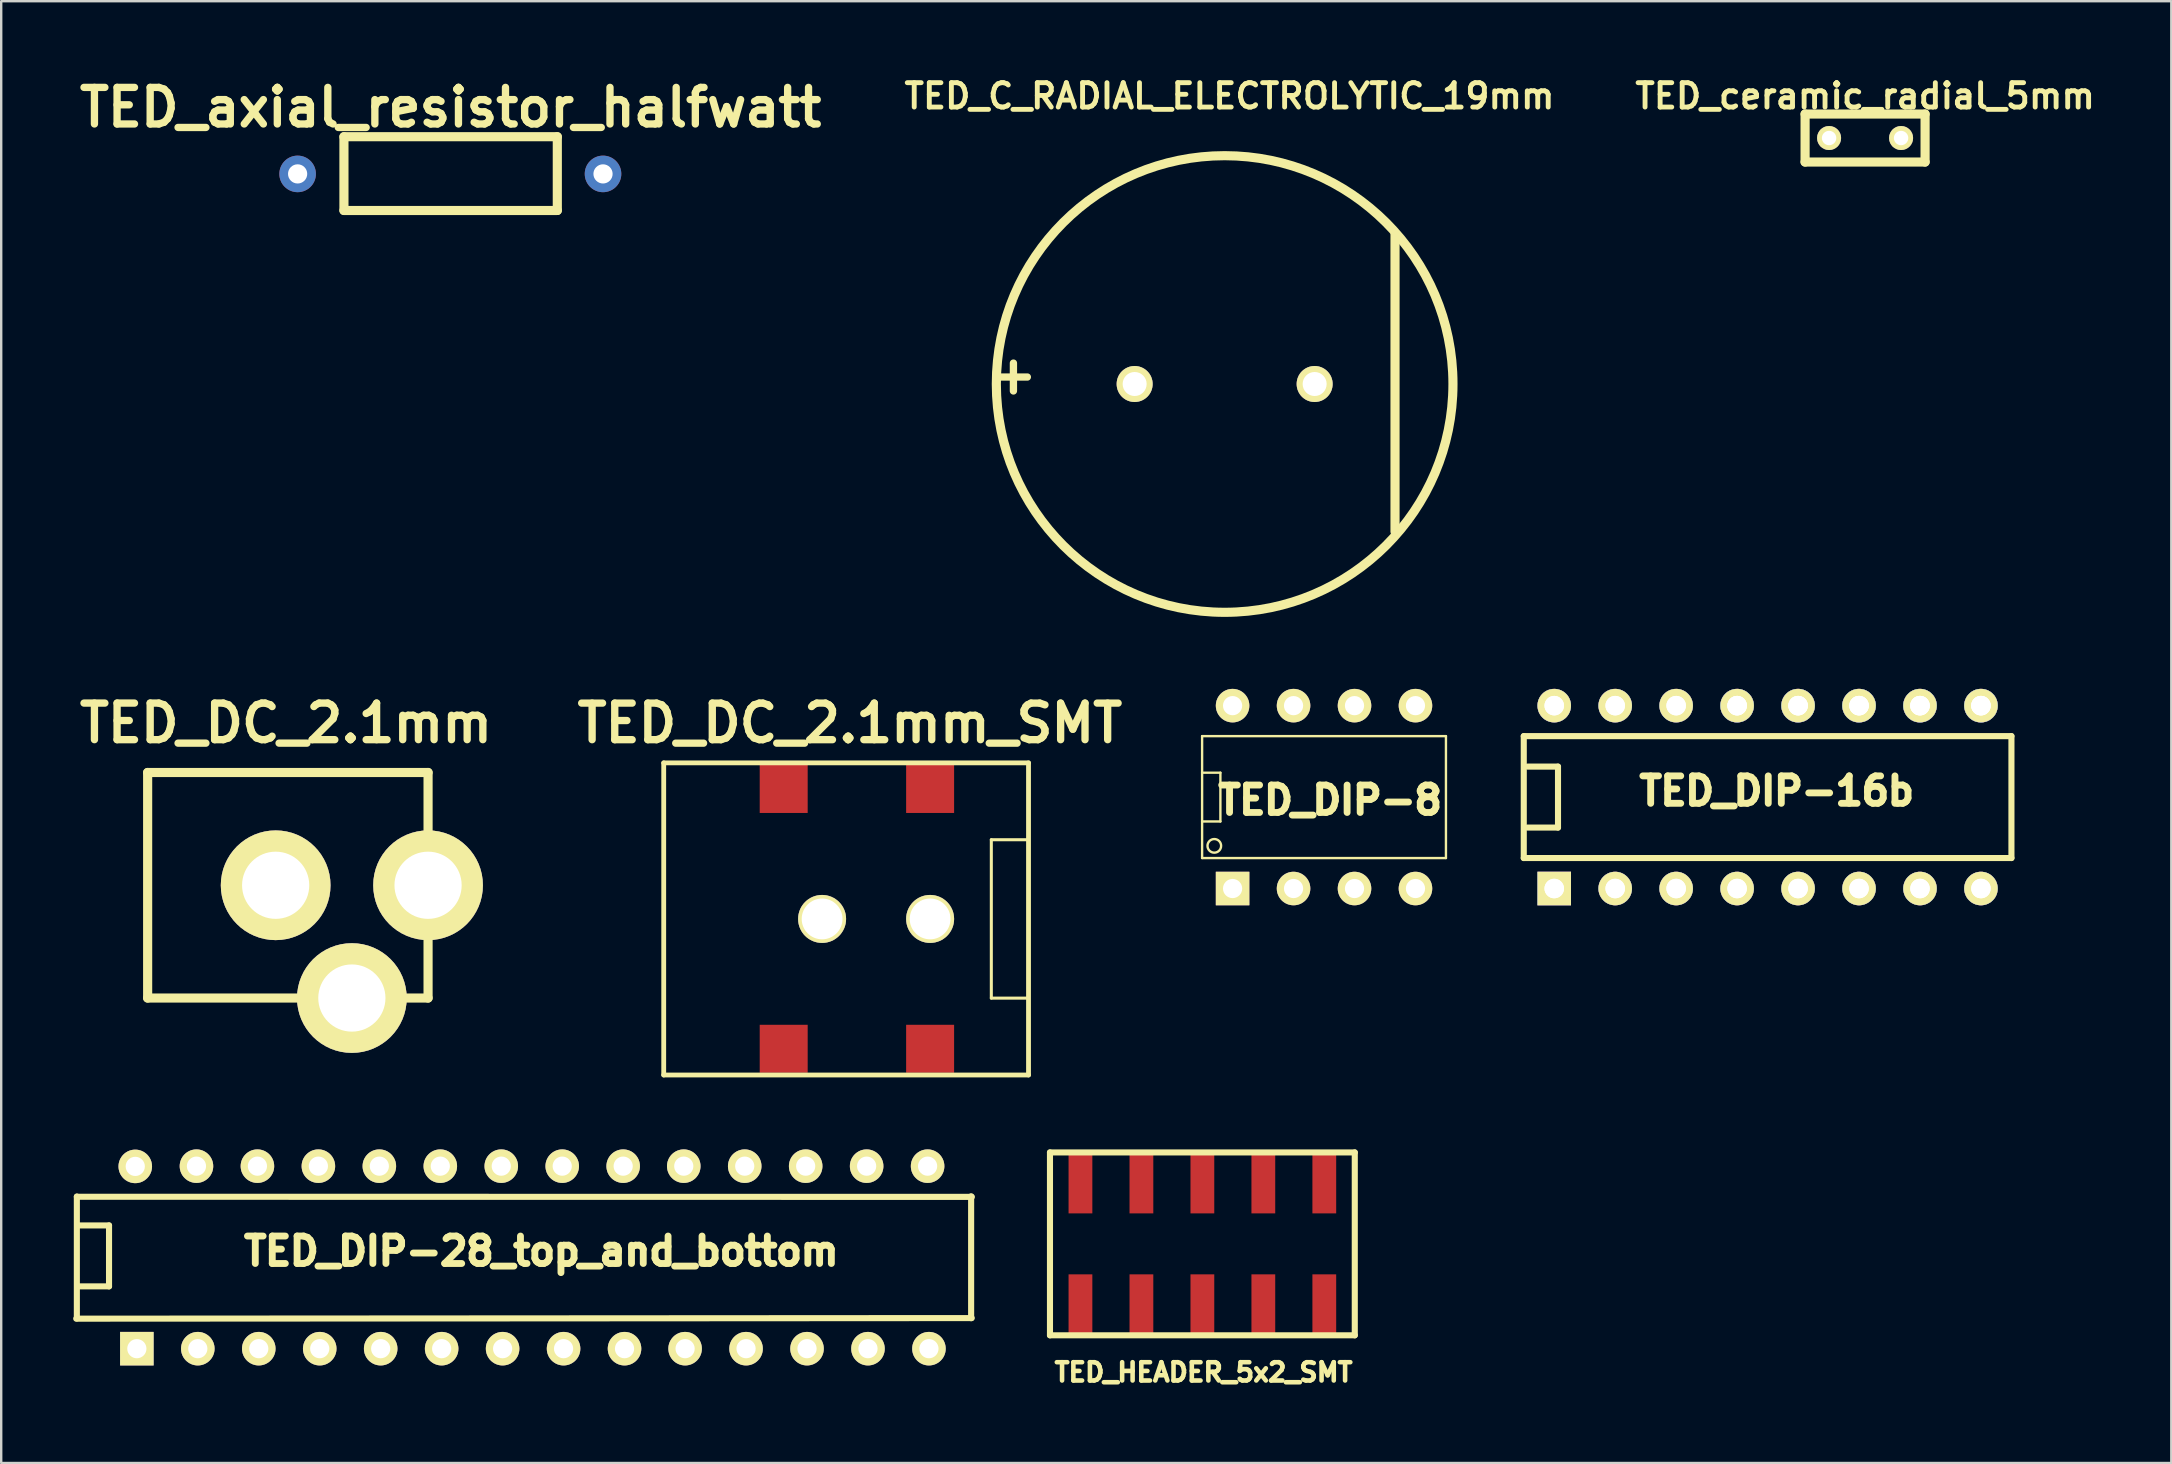
<source format=kicad_pcb>
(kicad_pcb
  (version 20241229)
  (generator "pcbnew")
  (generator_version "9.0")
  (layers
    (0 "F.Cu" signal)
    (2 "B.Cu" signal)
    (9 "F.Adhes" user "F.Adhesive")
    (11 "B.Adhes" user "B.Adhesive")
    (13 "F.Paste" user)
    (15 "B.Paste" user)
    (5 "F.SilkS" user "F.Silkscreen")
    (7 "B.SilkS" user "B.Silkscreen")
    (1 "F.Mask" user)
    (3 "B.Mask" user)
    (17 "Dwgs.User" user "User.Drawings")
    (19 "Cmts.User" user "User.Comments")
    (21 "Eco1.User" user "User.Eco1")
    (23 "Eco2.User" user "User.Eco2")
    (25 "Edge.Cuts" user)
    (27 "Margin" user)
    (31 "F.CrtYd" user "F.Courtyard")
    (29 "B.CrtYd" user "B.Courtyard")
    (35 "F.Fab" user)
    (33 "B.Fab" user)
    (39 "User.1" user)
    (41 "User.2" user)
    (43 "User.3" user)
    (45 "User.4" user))
  (footprint "TED_DIP-8"
    (layer "F.Cu")
    (at 52.118 30.162)
    (property "Reference" "TED_DIP-8" (at 0.254 0.127 0) (layer "F.SilkS") (effects (font (size 1.143 1.143) (thickness 0.287))))
    (attr through_hole)
    (fp_line (start -5.08 -2.54) (end 5.08 -2.54) (stroke (width 0.099) (type solid)) (layer "F.SilkS"))
    (fp_line (start -5.08 -1.016) (end -4.318 -1.016) (stroke (width 0.099) (type solid)) (layer "F.SilkS"))
    (fp_line (start -5.08 2.54) (end -5.08 -2.54) (stroke (width 0.099) (type solid)) (layer "F.SilkS"))
    (fp_line (start -4.318 -1.016) (end -4.318 1.016) (stroke (width 0.099) (type solid)) (layer "F.SilkS"))
    (fp_line (start -4.318 1.016) (end -5.08 1.016) (stroke (width 0.099) (type solid)) (layer "F.SilkS"))
    (fp_line (start 5.08 -2.54) (end 5.08 2.54) (stroke (width 0.099) (type solid)) (layer "F.SilkS"))
    (fp_line (start 5.08 2.54) (end -5.08 2.54) (stroke (width 0.099) (type solid)) (layer "F.SilkS"))
    (fp_circle (center -4.572 2.032) (end -4.318 2.159) (stroke (width 0.099) (type solid)) (fill no) (layer "F.SilkS"))
    (pad "1" thru_hole rect (at -3.81 3.81) (size 1.397 1.397) (drill 0.8) (layers "*.Mask" "B.Cu" "F.SilkS"))
    (pad "2" thru_hole circle (at -1.27 3.81) (size 1.397 1.397) (drill 0.8) (layers "*.Mask" "B.Cu" "F.SilkS"))
    (pad "3" thru_hole circle (at 1.27 3.81) (size 1.397 1.397) (drill 0.8) (layers "*.Mask" "B.Cu" "F.SilkS"))
    (pad "4" thru_hole circle (at 3.81 3.81) (size 1.397 1.397) (drill 0.8) (layers "*.Mask" "B.Cu" "F.SilkS"))
    (pad "5" thru_hole circle (at 3.81 -3.81) (size 1.397 1.397) (drill 0.8) (layers "*.Mask" "B.Cu" "F.SilkS"))
    (pad "6" thru_hole circle (at 1.27 -3.81) (size 1.397 1.397) (drill 0.8) (layers "*.Mask" "B.Cu" "F.SilkS"))
    (pad "7" thru_hole circle (at -1.27 -3.81) (size 1.397 1.397) (drill 0.8) (layers "*.Mask" "B.Cu" "F.SilkS"))
    (pad "8" thru_hole circle (at -3.81 -3.81) (size 1.397 1.397) (drill 0.8) (layers "*.Mask" "B.Cu" "F.SilkS")))
  (footprint "TED_ceramic_radial_5mm"
    (layer "F.Cu")
    (at 74.662 2.701)
    (property "Reference" "TED_ceramic_radial_5mm" (at 0 -1.75 0) (layer "F.SilkS") (effects (font (size 1.016 1.016) (thickness 0.203))))
    (attr through_hole)
    (fp_line (start -2.5 -1) (end 2.5 -1) (stroke (width 0.381) (type solid)) (layer "F.SilkS"))
    (fp_line (start -2.5 1) (end -2.5 -1) (stroke (width 0.381) (type solid)) (layer "F.SilkS"))
    (fp_line (start 2.5 -1) (end 2.5 1) (stroke (width 0.381) (type solid)) (layer "F.SilkS"))
    (fp_line (start 2.5 1) (end -2.5 1) (stroke (width 0.381) (type solid)) (layer "F.SilkS"))
    (pad "1" thru_hole circle (at -1.5 0) (size 1 1) (drill 0.6) (layers "*.Mask" "B.Cu" "F.SilkS"))
    (pad "2" thru_hole circle (at 1.5 0) (size 1 1) (drill 0.6) (layers "*.Mask" "B.Cu" "F.SilkS")))
  (footprint "TED_HEADER_5x2_SMT"
    (layer "F.Cu")
    (at 47.049 48.778)
    (property "Reference" "TED_HEADER_5x2_SMT" (at 0.05 5.35 0) (layer "F.SilkS") (effects (font (size 0.762 0.762) (thickness 0.191))))
    (attr through_hole)
    (fp_line (start -6.35 3.81) (end -6.35 -3.81) (stroke (width 0.254) (type solid)) (layer "F.SilkS"))
    (fp_line (start 6.35 -3.81) (end -6.35 -3.81) (stroke (width 0.254) (type solid)) (layer "F.SilkS"))
    (fp_line (start 6.35 -3.81) (end 6.35 3.81) (stroke (width 0.254) (type solid)) (layer "F.SilkS"))
    (fp_line (start 6.35 3.81) (end -6.35 3.81) (stroke (width 0.254) (type solid)) (layer "F.SilkS"))
    (pad "1" smd rect (at -5.08 2.54) (size 0.991 2.54) (layers "F.Cu" "F.Mask" "F.Paste"))
    (pad "2" smd rect (at -2.54 2.54) (size 0.991 2.54) (layers "F.Cu" "F.Mask" "F.Paste"))
    (pad "3" smd rect (at 0 2.54) (size 0.991 2.54) (layers "F.Cu" "F.Mask" "F.Paste"))
    (pad "4" smd rect (at 2.54 2.54) (size 0.991 2.54) (layers "F.Cu" "F.Mask" "F.Paste"))
    (pad "5" smd rect (at 5.08 2.54) (size 0.991 2.54) (layers "F.Cu" "F.Mask" "F.Paste"))
    (pad "6" smd rect (at 5.08 -2.54) (size 0.991 2.54) (layers "F.Cu" "F.Mask" "F.Paste"))
    (pad "7" smd rect (at 2.54 -2.54) (size 0.991 2.54) (layers "F.Cu" "F.Mask" "F.Paste"))
    (pad "8" smd rect (at 0 -2.54) (size 0.991 2.54) (layers "F.Cu" "F.Mask" "F.Paste"))
    (pad "9" smd rect (at -2.54 -2.54) (size 0.991 2.54) (layers "F.Cu" "F.Mask" "F.Paste"))
    (pad "10" smd rect (at -5.08 -2.54) (size 0.991 2.54) (layers "F.Cu" "F.Mask" "F.Paste")))
  (footprint "TED_DIP-16b"
    (layer "F.Cu")
    (at 70.6 30.162)
    (property "Reference" "TED_DIP-16b" (at 0.381 -0.254 0) (layer "F.SilkS") (effects (font (size 1.143 1.143) (thickness 0.286))))
    (attr through_hole)
    (fp_line (start -10.16 -2.54) (end 10.16 -2.54) (stroke (width 0.254) (type solid)) (layer "F.SilkS"))
    (fp_line (start -10.16 2.54) (end -10.16 -2.54) (stroke (width 0.254) (type solid)) (layer "F.SilkS"))
    (fp_line (start -10.16 2.54) (end 10.16 2.54) (stroke (width 0.254) (type solid)) (layer "F.SilkS"))
    (fp_line (start -10.003 -1.27) (end -8.733 -1.27) (stroke (width 0.254) (type solid)) (layer "F.SilkS"))
    (fp_line (start -8.733 -1.27) (end -8.733 1.27) (stroke (width 0.254) (type solid)) (layer "F.SilkS"))
    (fp_line (start -8.733 1.27) (end -10.003 1.27) (stroke (width 0.254) (type solid)) (layer "F.SilkS"))
    (fp_line (start 10.16 -2.54) (end 10.16 2.54) (stroke (width 0.254) (type solid)) (layer "F.SilkS"))
    (pad "" np_thru_hole circle (at -8.89 -3.81) (size 1.397 1.397) (drill 0.813) (layers "*.Cu"))
    (pad "" np_thru_hole rect (at -8.89 3.81) (size 1.397 1.397) (drill 0.813) (layers "*.Cu"))
    (pad "" np_thru_hole circle (at -6.35 -3.81) (size 1.397 1.397) (drill 0.813) (layers "*.Cu"))
    (pad "" np_thru_hole circle (at -6.35 3.81) (size 1.397 1.397) (drill 0.813) (layers "*.Cu"))
    (pad "" np_thru_hole circle (at -3.81 -3.81) (size 1.397 1.397) (drill 0.813) (layers "*.Cu"))
    (pad "" np_thru_hole circle (at -3.81 3.81) (size 1.397 1.397) (drill 0.813) (layers "*.Cu"))
    (pad "" np_thru_hole circle (at -1.27 -3.81) (size 1.397 1.397) (drill 0.813) (layers "*.Cu"))
    (pad "" np_thru_hole circle (at -1.27 -3.81) (size 1.397 1.397) (drill 0.813) (layers "*.Cu"))
    (pad "" np_thru_hole circle (at -1.27 3.81) (size 1.397 1.397) (drill 0.813) (layers "*.Cu"))
    (pad "" np_thru_hole circle (at 1.27 -3.81) (size 1.397 1.397) (drill 0.813) (layers "*.Cu"))
    (pad "" np_thru_hole circle (at 1.27 -3.81) (size 1.397 1.397) (drill 0.813) (layers "*.Cu"))
    (pad "" np_thru_hole circle (at 1.27 3.81) (size 1.397 1.397) (drill 0.813) (layers "*.Cu"))
    (pad "" np_thru_hole circle (at 3.81 -3.81) (size 1.397 1.397) (drill 0.813) (layers "*.Cu"))
    (pad "" np_thru_hole circle (at 3.81 -3.81) (size 1.397 1.397) (drill 0.813) (layers "*.Cu"))
    (pad "" np_thru_hole circle (at 3.81 3.81) (size 1.397 1.397) (drill 0.813) (layers "*.Cu"))
    (pad "" np_thru_hole circle (at 6.35 -3.81) (size 1.397 1.397) (drill 0.813) (layers "*.Cu"))
    (pad "" np_thru_hole circle (at 6.35 -3.81) (size 1.397 1.397) (drill 0.813) (layers "*.Cu"))
    (pad "" np_thru_hole circle (at 6.35 3.81) (size 1.397 1.397) (drill 0.813) (layers "*.Cu"))
    (pad "" np_thru_hole circle (at 8.89 -3.81) (size 1.397 1.397) (drill 0.813) (layers "*.Cu"))
    (pad "" np_thru_hole circle (at 8.89 -3.81) (size 1.397 1.397) (drill 0.813) (layers "*.Cu"))
    (pad "" np_thru_hole circle (at 8.89 3.81) (size 1.397 1.397) (drill 0.813) (layers "*.Cu"))
    (pad "1" thru_hole rect (at -8.89 3.81) (size 1.397 1.397) (drill 0.813) (layers "*.Mask" "B.Cu" "F.SilkS"))
    (pad "2" thru_hole circle (at -6.35 3.81) (size 1.397 1.397) (drill 0.813) (layers "*.Mask" "B.Cu" "F.SilkS"))
    (pad "3" thru_hole circle (at -3.81 3.81) (size 1.397 1.397) (drill 0.813) (layers "*.Mask" "B.Cu" "F.SilkS"))
    (pad "4" thru_hole circle (at -1.27 3.81) (size 1.397 1.397) (drill 0.813) (layers "*.Mask" "B.Cu" "F.SilkS"))
    (pad "5" thru_hole circle (at 1.27 3.81) (size 1.397 1.397) (drill 0.813) (layers "*.Mask" "B.Cu" "F.SilkS"))
    (pad "6" thru_hole circle (at 3.81 3.81) (size 1.397 1.397) (drill 0.813) (layers "*.Mask" "B.Cu" "F.SilkS"))
    (pad "7" thru_hole circle (at 6.35 3.81) (size 1.397 1.397) (drill 0.813) (layers "*.Mask" "B.Cu" "F.SilkS"))
    (pad "8" thru_hole circle (at 8.89 3.81) (size 1.397 1.397) (drill 0.813) (layers "*.Mask" "B.Cu" "F.SilkS"))
    (pad "9" thru_hole circle (at 8.89 -3.81) (size 1.397 1.397) (drill 0.813) (layers "*.Mask" "B.Cu" "F.SilkS"))
    (pad "10" thru_hole circle (at 6.35 -3.81) (size 1.397 1.397) (drill 0.813) (layers "*.Mask" "B.Cu" "F.SilkS"))
    (pad "11" thru_hole circle (at 3.81 -3.81) (size 1.397 1.397) (drill 0.813) (layers "*.Mask" "B.Cu" "F.SilkS"))
    (pad "12" thru_hole circle (at 1.27 -3.81) (size 1.397 1.397) (drill 0.813) (layers "*.Mask" "B.Cu" "F.SilkS"))
    (pad "13" thru_hole circle (at -1.27 -3.81) (size 1.397 1.397) (drill 0.813) (layers "*.Mask" "B.Cu" "F.SilkS"))
    (pad "14" thru_hole circle (at -3.81 -3.81) (size 1.397 1.397) (drill 0.813) (layers "*.Mask" "B.Cu" "F.SilkS"))
    (pad "15" thru_hole circle (at -6.35 -3.81) (size 1.397 1.397) (drill 0.813) (layers "*.Mask" "B.Cu" "F.SilkS"))
    (pad "16" thru_hole circle (at -8.89 -3.81) (size 1.397 1.397) (drill 0.813) (layers "*.Mask" "B.Cu" "F.SilkS")))
  (footprint "TED_C_RADIAL_ELECTROLYTIC_19mm"
    (layer "F.Cu")
    (at 47.977 12.95)
    (property "Reference" "TED_C_RADIAL_ELECTROLYTIC_19mm" (at 0.201 -11.999 0) (layer "F.SilkS") (effects (font (size 1.016 1.016) (thickness 0.203))))
    (attr through_hole)
    (fp_line (start 7.099 -6.25) (end 7.099 6.151) (stroke (width 0.381) (type solid)) (layer "F.SilkS"))
    (fp_circle (center 0 0) (end -9.5 -0.5) (stroke (width 0.381) (type solid)) (fill no) (layer "F.SilkS"))
    (fp_text user "+" (at -8.801 -0.399 0) (layer "F.SilkS") (effects (font (size 1.524 1.524) (thickness 0.305))))
    (pad "1" thru_hole circle (at -3.75 0) (size 1.5 1.5) (drill 1) (layers "*.Mask" "B.Cu" "F.SilkS"))
    (pad "2" thru_hole circle (at 3.75 0) (size 1.5 1.5) (drill 1) (layers "*.Mask" "B.Cu" "F.SilkS")))
  (footprint "TED_axial_resistor_halfwatt"
    (layer "F.Cu")
    (at 15.726 4.176)
    (property "Reference" "TED_axial_resistor_halfwatt" (at 0 -2.75 0) (layer "F.SilkS") (effects (font (size 1.524 1.524) (thickness 0.305))))
    (attr through_hole)
    (fp_line (start -4.445 -1.529) (end 4.445 -1.529) (stroke (width 0.381) (type solid)) (layer "F.SilkS"))
    (fp_line (start -4.445 1.544) (end -4.445 -1.529) (stroke (width 0.381) (type solid)) (layer "F.SilkS"))
    (fp_line (start 4.445 -1.529) (end 4.445 1.544) (stroke (width 0.381) (type solid)) (layer "F.SilkS"))
    (fp_line (start 4.445 1.544) (end -4.445 1.544) (stroke (width 0.381) (type solid)) (layer "F.SilkS"))
    (pad "1" thru_hole circle (at -6.375 0.02) (size 1.524 1.524) (drill 0.8) (layers "B.Cu"))
    (pad "2" thru_hole circle (at 6.35 0.02) (size 1.524 1.524) (drill 0.8) (layers "B.Cu")))
  (footprint "TED_DC_2.1mm"
    (layer "F.Cu")
    (at 8.944 33.836)
    (property "Reference" "TED_DC_2.1mm" (at -0.076 -6.756 0) (layer "F.SilkS") (effects (font (size 1.524 1.524) (thickness 0.305))))
    (attr through_hole)
    (fp_line (start -5.842 -4.699) (end -5.842 4.699) (stroke (width 0.381) (type solid)) (layer "F.SilkS"))
    (fp_line (start -5.842 4.699) (end 5.842 4.699) (stroke (width 0.381) (type solid)) (layer "F.SilkS"))
    (fp_line (start 5.842 -4.699) (end -5.842 -4.699) (stroke (width 0.381) (type solid)) (layer "F.SilkS"))
    (fp_line (start 5.842 4.699) (end 5.842 -4.699) (stroke (width 0.381) (type solid)) (layer "F.SilkS"))
    (pad "1" thru_hole circle (at 5.842 0) (size 4.572 4.572) (drill 2.8) (layers "*.Mask" "B.Cu" "F.SilkS"))
    (pad "2" thru_hole circle (at -0.508 0) (size 4.572 4.572) (drill 2.8) (layers "*.Mask" "B.Cu" "F.SilkS"))
    (pad "3" thru_hole circle (at 2.667 4.699) (size 4.572 4.572) (drill 2.8) (layers "*.Mask" "B.Cu" "F.SilkS")))
  (footprint "TED_DC_2.1mm_SMT"
    (layer "F.Cu")
    (at 32.205 35.239)
    (property "Reference" "TED_DC_2.1mm_SMT" (at 0.157 -8.158 0) (layer "F.SilkS") (effects (font (size 1.524 1.524) (thickness 0.305))))
    (attr through_hole)
    (fp_line (start -7.6 -6.502) (end 7.6 -6.502) (stroke (width 0.201) (type solid)) (layer "F.SilkS"))
    (fp_line (start -7.6 6.502) (end -7.6 -6.502) (stroke (width 0.201) (type solid)) (layer "F.SilkS"))
    (fp_line (start 6.05 -3.3) (end 6.05 3.3) (stroke (width 0.127) (type solid)) (layer "F.SilkS"))
    (fp_line (start 6.05 3.3) (end 7.575 3.3) (stroke (width 0.127) (type solid)) (layer "F.SilkS"))
    (fp_line (start 7.6 -6.502) (end 7.6 6.502) (stroke (width 0.201) (type solid)) (layer "F.SilkS"))
    (fp_line (start 7.6 6.502) (end -7.6 6.502) (stroke (width 0.201) (type solid)) (layer "F.SilkS"))
    (fp_line (start 7.6 -3.3) (end 6.05 -3.3) (stroke (width 0.127) (type solid)) (layer "F.SilkS"))
    (pad "1" smd rect (at -2.601 5.41) (size 1.999 1.999) (layers "F.Cu" "F.Mask" "F.Paste"))
    (pad "1" smd rect (at 3.5 5.41) (size 1.999 1.999) (layers "F.Cu" "F.Mask" "F.Paste"))
    (pad "2" smd rect (at 3.5 -5.415) (size 1.999 1.999) (layers "F.Cu" "F.Mask" "F.Paste"))
    (pad "3" smd rect (at -2.601 -5.415) (size 1.999 1.999) (layers "F.Cu" "F.Mask" "F.Paste"))
    (pad "4" thru_hole circle (at -1.001 0) (size 1.999 1.999) (drill 1.699) (layers "*.Mask" "F.Cu" "F.SilkS"))
    (pad "4" thru_hole circle (at 3.5 0) (size 1.999 1.999) (drill 1.699) (layers "*.Mask" "F.Cu" "F.SilkS")))
  (footprint "TED_DIP-28_top_and_bottom"
    (layer "F.Cu")
    (at 19.126 49.335)
    (property "Reference" "TED_DIP-28_top_and_bottom" (at 0.381 -0.254 0) (layer "F.SilkS") (effects (font (size 1.143 1.143) (thickness 0.287))))
    (attr through_hole)
    (fp_line (start -19.009 -2.459) (end -18.953 -2.459) (stroke (width 0.127) (type solid)) (layer "F.SilkS"))
    (fp_line (start -18.974 -2.52) (end 18.318 -2.515) (stroke (width 0.254) (type solid)) (layer "F.SilkS"))
    (fp_line (start -18.974 2.55) (end -18.974 -2.53) (stroke (width 0.254) (type solid)) (layer "F.SilkS"))
    (fp_line (start -18.903 -1.326) (end -17.633 -1.326) (stroke (width 0.254) (type solid)) (layer "F.SilkS"))
    (fp_line (start -17.633 -1.326) (end -17.633 1.214) (stroke (width 0.254) (type solid)) (layer "F.SilkS"))
    (fp_line (start -17.633 1.214) (end -18.903 1.214) (stroke (width 0.254) (type solid)) (layer "F.SilkS"))
    (fp_line (start 18.288 -2.54) (end 18.288 2.54) (stroke (width 0.254) (type solid)) (layer "F.SilkS"))
    (fp_line (start 18.313 2.535) (end -18.999 2.56) (stroke (width 0.254) (type solid)) (layer "F.SilkS"))
    (pad "1" thru_hole rect (at -16.474 3.81) (size 1.397 1.397) (drill 0.8) (layers "*.Cu" "*.Mask" "F.SilkS"))
    (pad "2" thru_hole circle (at -13.934 3.81) (size 1.397 1.397) (drill 0.8) (layers "*.Cu" "*.Mask" "F.SilkS"))
    (pad "3" thru_hole circle (at -11.394 3.81) (size 1.397 1.397) (drill 0.8) (layers "*.Cu" "*.Mask" "F.SilkS"))
    (pad "4" thru_hole circle (at -8.854 3.81) (size 1.397 1.397) (drill 0.8) (layers "*.Cu" "*.Mask" "F.SilkS"))
    (pad "5" thru_hole circle (at -6.314 3.81) (size 1.397 1.397) (drill 0.8) (layers "*.Cu" "*.Mask" "F.SilkS"))
    (pad "6" thru_hole circle (at -3.774 3.81) (size 1.397 1.397) (drill 0.8) (layers "*.Cu" "*.Mask" "F.SilkS"))
    (pad "7" thru_hole circle (at -1.234 3.81) (size 1.397 1.397) (drill 0.8) (layers "*.Cu" "*.Mask" "F.SilkS"))
    (pad "8" thru_hole circle (at 1.306 3.81) (size 1.397 1.397) (drill 0.8) (layers "*.Cu" "*.Mask" "F.SilkS"))
    (pad "9" thru_hole circle (at 3.846 3.81) (size 1.397 1.397) (drill 0.8) (layers "*.Cu" "*.Mask" "F.SilkS"))
    (pad "10" thru_hole circle (at 6.37 3.81) (size 1.397 1.397) (drill 0.8) (layers "*.Cu" "*.Mask" "F.SilkS"))
    (pad "11" thru_hole circle (at 8.91 3.81) (size 1.397 1.397) (drill 0.8) (layers "*.Cu" "*.Mask" "F.SilkS"))
    (pad "12" thru_hole circle (at 11.45 3.81) (size 1.397 1.397) (drill 0.8) (layers "*.Cu" "*.Mask" "F.SilkS"))
    (pad "13" thru_hole circle (at 13.99 3.81) (size 1.397 1.397) (drill 0.8) (layers "*.Cu" "*.Mask" "F.SilkS"))
    (pad "14" thru_hole circle (at 16.53 3.81) (size 1.397 1.397) (drill 0.8) (layers "*.Cu" "*.Mask" "F.SilkS"))
    (pad "15" thru_hole circle (at 16.474 -3.795) (size 1.397 1.397) (drill 0.8) (layers "*.Cu" "*.Mask" "F.SilkS"))
    (pad "16" thru_hole circle (at 13.934 -3.795) (size 1.397 1.397) (drill 0.8) (layers "*.Cu" "*.Mask" "F.SilkS"))
    (pad "17" thru_hole circle (at 11.394 -3.795) (size 1.397 1.397) (drill 0.8) (layers "*.Cu" "*.Mask" "F.SilkS"))
    (pad "18" thru_hole circle (at 8.854 -3.795) (size 1.397 1.397) (drill 0.8) (layers "*.Cu" "*.Mask" "F.SilkS"))
    (pad "19" thru_hole circle (at 6.314 -3.795) (size 1.397 1.397) (drill 0.8) (layers "*.Cu" "*.Mask" "F.SilkS"))
    (pad "20" thru_hole circle (at 3.79 -3.795) (size 1.397 1.397) (drill 0.8) (layers "*.Cu" "*.Mask" "F.SilkS"))
    (pad "21" thru_hole circle (at 1.25 -3.795) (size 1.397 1.397) (drill 0.8) (layers "*.Cu" "*.Mask" "F.SilkS"))
    (pad "22" thru_hole circle (at -1.29 -3.795) (size 1.397 1.397) (drill 0.8) (layers "*.Cu" "*.Mask" "F.SilkS"))
    (pad "23" thru_hole circle (at -3.83 -3.795) (size 1.397 1.397) (drill 0.8) (layers "*.Cu" "*.Mask" "F.SilkS"))
    (pad "24" thru_hole circle (at -6.37 -3.795) (size 1.397 1.397) (drill 0.8) (layers "*.Cu" "*.Mask" "F.SilkS"))
    (pad "25" thru_hole circle (at -8.91 -3.795) (size 1.397 1.397) (drill 0.8) (layers "*.Cu" "*.Mask" "F.SilkS"))
    (pad "26" thru_hole circle (at -11.45 -3.795) (size 1.397 1.397) (drill 0.8) (layers "*.Cu" "*.Mask" "F.SilkS"))
    (pad "27" thru_hole circle (at -13.99 -3.795) (size 1.397 1.397) (drill 0.8) (layers "*.Cu" "*.Mask" "F.SilkS"))
    (pad "28" thru_hole circle (at -16.54 -3.785) (size 1.397 1.397) (drill 0.8) (layers "*.Cu" "*.Mask" "F.SilkS")))
  (gr_rect
    (start -3 -3)
    (end 87.421 57.908)
    (stroke (width 0.1) (type default))
    (fill no)
    (layer "Edge.Cuts")))
</source>
